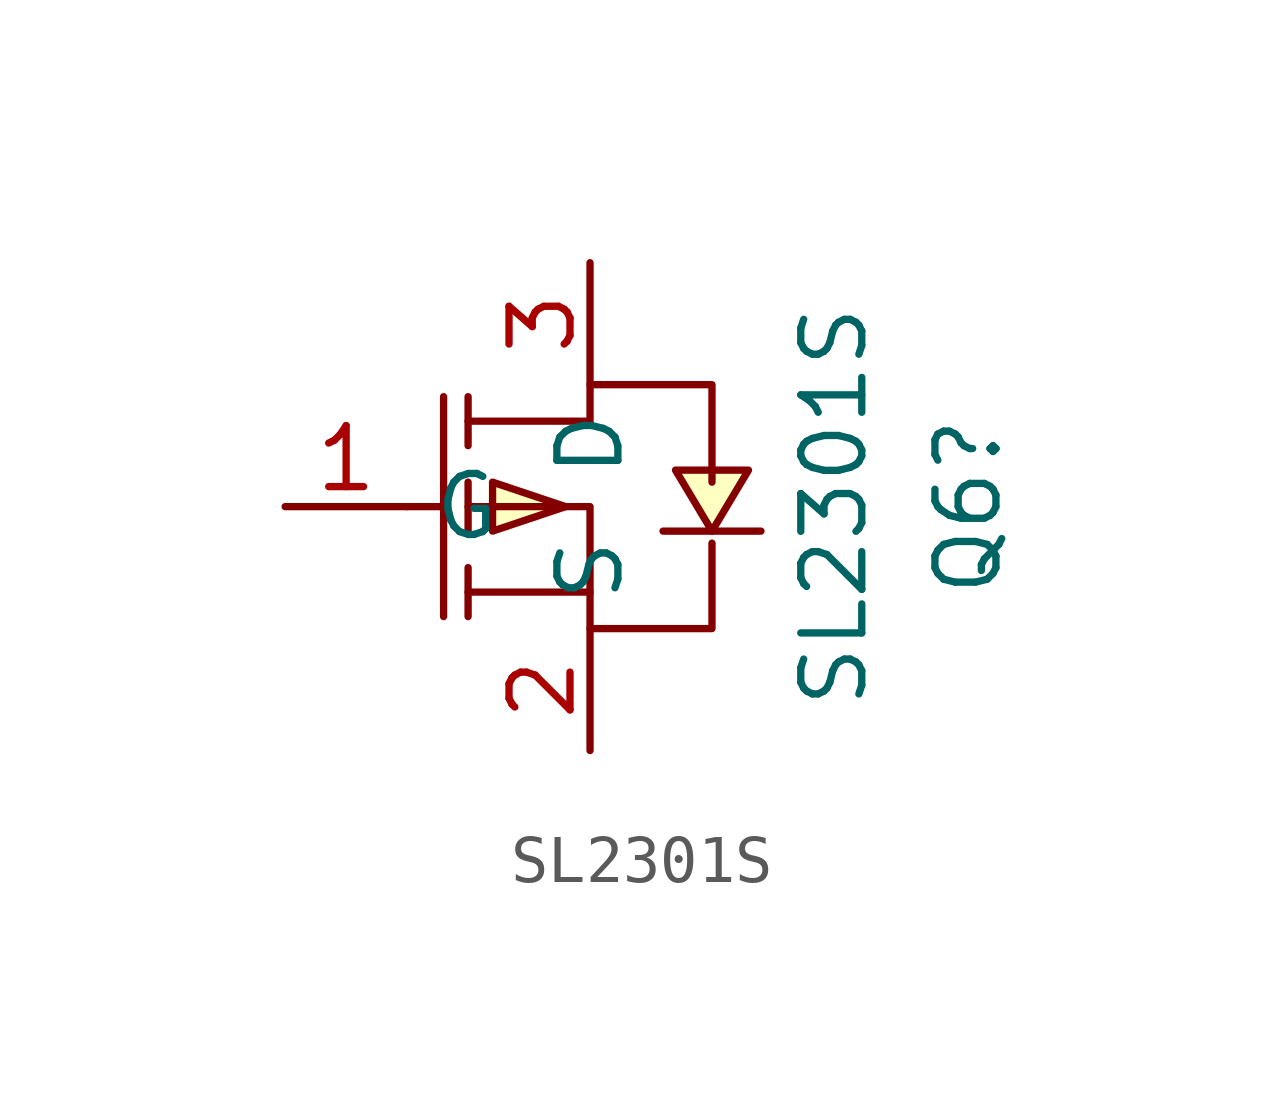
<source format=kicad_sym>
(kicad_symbol_lib
  (version 20231120)
  (generator "kicad_symbol_editor")
  (generator_version "8.0")
  (symbol "SL2301S"
    (property "Reference" "Q6"
      (at 10.414 0 90)
      (effects (font (size 1.27 1.27))))
    (property "Value" "SL2301S"
      (at 7.62 0 90)
      (effects (font (size 1.27 1.27))))
    (symbol "SL2301S_0_1"
      (polyline (pts (xy -1.27 0) (xy -0.51 0)) (stroke (width 0) (type default)) (fill (type none)))
      (polyline (pts (xy -0.51 2.29) (xy -0.51 -2.29)) (stroke (width 0) (type default)) (fill (type none)))
      (polyline (pts (xy 0 -2.29) (xy 0 -1.27)) (stroke (width 0) (type default)) (fill (type none)))
      (polyline (pts (xy 0 -0.51) (xy 0 0.51)) (stroke (width 0) (type default)) (fill (type none)))
      (polyline (pts (xy 0 2.29) (xy 0 1.27)) (stroke (width 0) (type default)) (fill (type none)))
      (polyline (pts (xy 2.54 -1.78) (xy 0 -1.78)) (stroke (width 0) (type default)) (fill (type none)))
      (polyline (pts (xy 2.03 0) (xy 0.51 0.51) (xy 0.51 -0.51) (xy 2.03 0)) (stroke (width 0) (type default)) (fill (type background)))
      (polyline (pts (xy 4.06 -0.51) (xy 4.57 -0.51) (xy 5.59 -0.51) (xy 6.1 -0.51)) (stroke (width 0) (type default)) (fill (type none)))
      (polyline (pts (xy 5.08 -0.51) (xy 5.84 0.76) (xy 4.32 0.76) (xy 5.08 -0.51)) (stroke (width 0) (type default)) (fill (type background)))
      (polyline (pts (xy 0 0) (xy 2.54 0) (xy 2.54 -2.54) (xy 5.08 -2.54) (xy 5.08 -0.76)) (stroke (width 0) (type default)) (fill (type none)))
      (polyline (pts (xy 0 1.78) (xy 2.54 1.78) (xy 2.54 2.54) (xy 5.08 2.54) (xy 5.08 0.51)) (stroke (width 0) (type default)) (fill (type none)))
      (pin unspecified line (at -3.81 0 0) (length 2.54) (name "G" (effects (font (size 1.27 1.27)))) (number "1" (effects (font (size 1.27 1.27)))))
      (pin unspecified line (at 2.54 -5.08 90) (length 2.54) (name "S" (effects (font (size 1.27 1.27)))) (number "2" (effects (font (size 1.27 1.27)))))
      (pin unspecified line (at 2.54 5.08 270) (length 2.54) (name "D" (effects (font (size 1.27 1.27)))) (number "3" (effects (font (size 1.27 1.27))))))))
</source>
